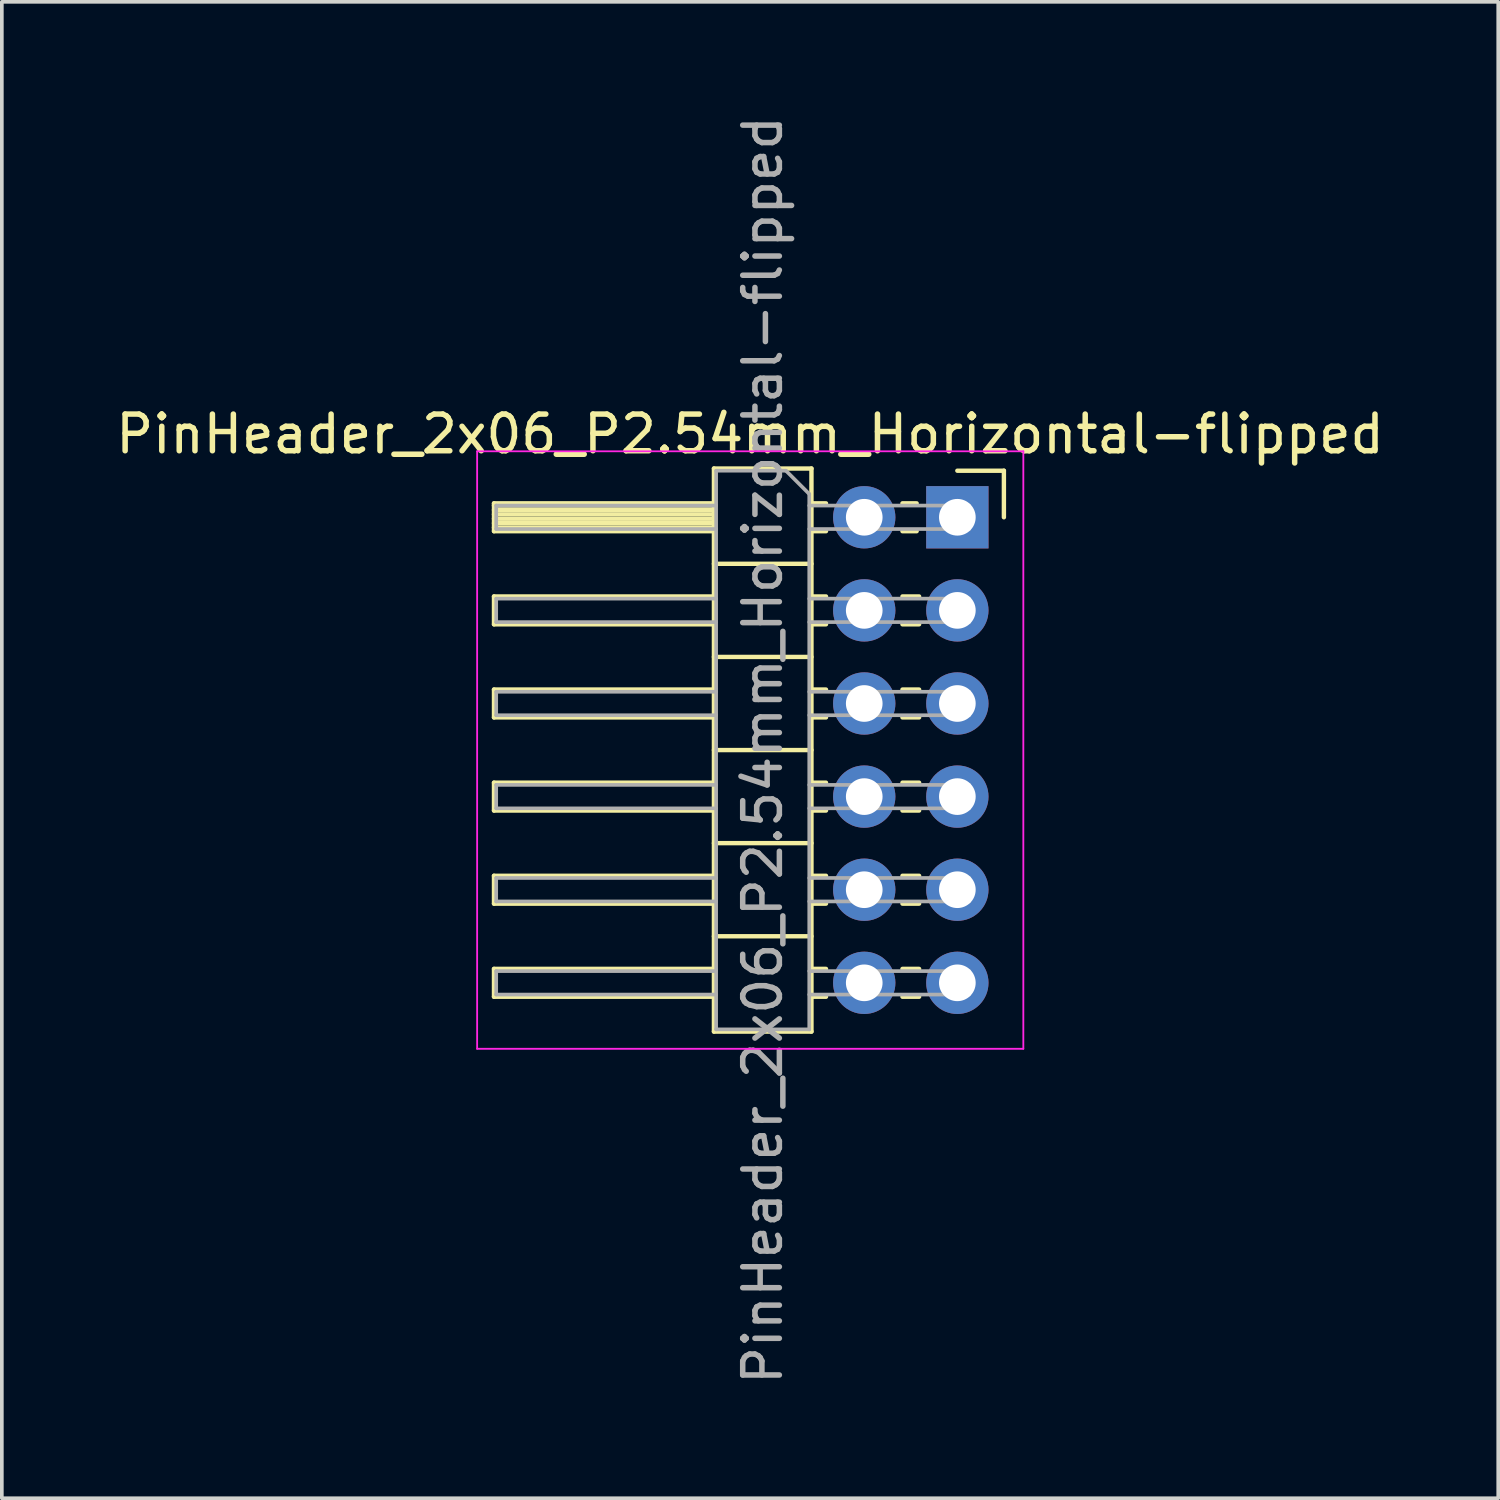
<source format=kicad_pcb>
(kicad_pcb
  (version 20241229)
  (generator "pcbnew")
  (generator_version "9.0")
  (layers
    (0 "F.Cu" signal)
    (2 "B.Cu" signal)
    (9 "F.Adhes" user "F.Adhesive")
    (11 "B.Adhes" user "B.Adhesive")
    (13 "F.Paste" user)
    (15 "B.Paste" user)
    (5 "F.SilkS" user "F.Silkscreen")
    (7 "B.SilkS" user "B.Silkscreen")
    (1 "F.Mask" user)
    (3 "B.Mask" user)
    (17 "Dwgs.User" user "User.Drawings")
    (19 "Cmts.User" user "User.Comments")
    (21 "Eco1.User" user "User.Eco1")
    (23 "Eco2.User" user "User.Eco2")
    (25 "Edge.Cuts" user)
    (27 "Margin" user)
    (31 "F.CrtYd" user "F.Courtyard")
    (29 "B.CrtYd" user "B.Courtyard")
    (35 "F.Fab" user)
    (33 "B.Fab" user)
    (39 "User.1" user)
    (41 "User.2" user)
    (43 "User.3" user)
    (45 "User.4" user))
  (footprint "PinHeader_2x06_P2.54mm_Horizontal-flipped"
    (layer "F.Cu")
    (at 23.066 11.071)
    (property "Reference" "PinHeader_2x06_P2.54mm_Horizontal-flipped" (at -5.655 -2.28 0) (layer "F.SilkS") (effects (font (size 1 1) (thickness 0.15))))
    (attr through_hole)
    (fp_line (start -12.64 -0.39) (end -12.64 0.37) (stroke (width 0.12) (type solid)) (layer "F.SilkS"))
    (fp_line (start -12.64 0.37) (end -6.64 0.37) (stroke (width 0.12) (type solid)) (layer "F.SilkS"))
    (fp_line (start -12.64 2.15) (end -12.64 2.91) (stroke (width 0.12) (type solid)) (layer "F.SilkS"))
    (fp_line (start -12.64 2.91) (end -6.64 2.91) (stroke (width 0.12) (type solid)) (layer "F.SilkS"))
    (fp_line (start -12.64 4.69) (end -12.64 5.45) (stroke (width 0.12) (type solid)) (layer "F.SilkS"))
    (fp_line (start -12.64 5.45) (end -6.64 5.45) (stroke (width 0.12) (type solid)) (layer "F.SilkS"))
    (fp_line (start -12.64 7.23) (end -12.64 7.99) (stroke (width 0.12) (type solid)) (layer "F.SilkS"))
    (fp_line (start -12.64 7.99) (end -6.64 7.99) (stroke (width 0.12) (type solid)) (layer "F.SilkS"))
    (fp_line (start -12.64 9.77) (end -12.64 10.53) (stroke (width 0.12) (type solid)) (layer "F.SilkS"))
    (fp_line (start -12.64 10.53) (end -6.64 10.53) (stroke (width 0.12) (type solid)) (layer "F.SilkS"))
    (fp_line (start -12.64 12.31) (end -12.64 13.07) (stroke (width 0.12) (type solid)) (layer "F.SilkS"))
    (fp_line (start -12.64 13.07) (end -6.64 13.07) (stroke (width 0.12) (type solid)) (layer "F.SilkS"))
    (fp_line (start -6.64 -1.34) (end -3.98 -1.34) (stroke (width 0.12) (type solid)) (layer "F.SilkS"))
    (fp_line (start -6.64 -0.39) (end -12.64 -0.39) (stroke (width 0.12) (type solid)) (layer "F.SilkS"))
    (fp_line (start -6.64 -0.33) (end -12.64 -0.33) (stroke (width 0.12) (type solid)) (layer "F.SilkS"))
    (fp_line (start -6.64 -0.21) (end -12.64 -0.21) (stroke (width 0.12) (type solid)) (layer "F.SilkS"))
    (fp_line (start -6.64 -0.09) (end -12.64 -0.09) (stroke (width 0.12) (type solid)) (layer "F.SilkS"))
    (fp_line (start -6.64 0.03) (end -12.64 0.03) (stroke (width 0.12) (type solid)) (layer "F.SilkS"))
    (fp_line (start -6.64 0.15) (end -12.64 0.15) (stroke (width 0.12) (type solid)) (layer "F.SilkS"))
    (fp_line (start -6.64 0.27) (end -12.64 0.27) (stroke (width 0.12) (type solid)) (layer "F.SilkS"))
    (fp_line (start -6.64 2.15) (end -12.64 2.15) (stroke (width 0.12) (type solid)) (layer "F.SilkS"))
    (fp_line (start -6.64 4.69) (end -12.64 4.69) (stroke (width 0.12) (type solid)) (layer "F.SilkS"))
    (fp_line (start -6.64 7.23) (end -12.64 7.23) (stroke (width 0.12) (type solid)) (layer "F.SilkS"))
    (fp_line (start -6.64 9.77) (end -12.64 9.77) (stroke (width 0.12) (type solid)) (layer "F.SilkS"))
    (fp_line (start -6.64 12.31) (end -12.64 12.31) (stroke (width 0.12) (type solid)) (layer "F.SilkS"))
    (fp_line (start -6.64 14.02) (end -6.64 -1.34) (stroke (width 0.12) (type solid)) (layer "F.SilkS"))
    (fp_line (start -3.98 -1.34) (end -3.98 14.02) (stroke (width 0.12) (type solid)) (layer "F.SilkS"))
    (fp_line (start -3.98 1.26) (end -6.64 1.26) (stroke (width 0.12) (type solid)) (layer "F.SilkS"))
    (fp_line (start -3.98 3.8) (end -6.64 3.8) (stroke (width 0.12) (type solid)) (layer "F.SilkS"))
    (fp_line (start -3.98 6.34) (end -6.64 6.34) (stroke (width 0.12) (type solid)) (layer "F.SilkS"))
    (fp_line (start -3.98 8.88) (end -6.64 8.88) (stroke (width 0.12) (type solid)) (layer "F.SilkS"))
    (fp_line (start -3.98 11.42) (end -6.64 11.42) (stroke (width 0.12) (type solid)) (layer "F.SilkS"))
    (fp_line (start -3.98 14.02) (end -6.64 14.02) (stroke (width 0.12) (type solid)) (layer "F.SilkS"))
    (fp_line (start -3.583 -0.39) (end -3.98 -0.39) (stroke (width 0.12) (type solid)) (layer "F.SilkS"))
    (fp_line (start -3.583 0.37) (end -3.98 0.37) (stroke (width 0.12) (type solid)) (layer "F.SilkS"))
    (fp_line (start -3.583 2.15) (end -3.98 2.15) (stroke (width 0.12) (type solid)) (layer "F.SilkS"))
    (fp_line (start -3.583 2.91) (end -3.98 2.91) (stroke (width 0.12) (type solid)) (layer "F.SilkS"))
    (fp_line (start -3.583 4.69) (end -3.98 4.69) (stroke (width 0.12) (type solid)) (layer "F.SilkS"))
    (fp_line (start -3.583 5.45) (end -3.98 5.45) (stroke (width 0.12) (type solid)) (layer "F.SilkS"))
    (fp_line (start -3.583 7.23) (end -3.98 7.23) (stroke (width 0.12) (type solid)) (layer "F.SilkS"))
    (fp_line (start -3.583 7.99) (end -3.98 7.99) (stroke (width 0.12) (type solid)) (layer "F.SilkS"))
    (fp_line (start -3.583 9.77) (end -3.98 9.77) (stroke (width 0.12) (type solid)) (layer "F.SilkS"))
    (fp_line (start -3.583 10.53) (end -3.98 10.53) (stroke (width 0.12) (type solid)) (layer "F.SilkS"))
    (fp_line (start -3.583 12.31) (end -3.98 12.31) (stroke (width 0.12) (type solid)) (layer "F.SilkS"))
    (fp_line (start -3.583 13.07) (end -3.98 13.07) (stroke (width 0.12) (type solid)) (layer "F.SilkS"))
    (fp_line (start -1.11 -0.39) (end -1.497 -0.39) (stroke (width 0.12) (type solid)) (layer "F.SilkS"))
    (fp_line (start -1.11 0.37) (end -1.497 0.37) (stroke (width 0.12) (type solid)) (layer "F.SilkS"))
    (fp_line (start -1.043 2.15) (end -1.497 2.15) (stroke (width 0.12) (type solid)) (layer "F.SilkS"))
    (fp_line (start -1.043 2.91) (end -1.497 2.91) (stroke (width 0.12) (type solid)) (layer "F.SilkS"))
    (fp_line (start -1.043 4.69) (end -1.497 4.69) (stroke (width 0.12) (type solid)) (layer "F.SilkS"))
    (fp_line (start -1.043 5.45) (end -1.497 5.45) (stroke (width 0.12) (type solid)) (layer "F.SilkS"))
    (fp_line (start -1.043 7.23) (end -1.497 7.23) (stroke (width 0.12) (type solid)) (layer "F.SilkS"))
    (fp_line (start -1.043 7.99) (end -1.497 7.99) (stroke (width 0.12) (type solid)) (layer "F.SilkS"))
    (fp_line (start -1.043 9.77) (end -1.497 9.77) (stroke (width 0.12) (type solid)) (layer "F.SilkS"))
    (fp_line (start -1.043 10.53) (end -1.497 10.53) (stroke (width 0.12) (type solid)) (layer "F.SilkS"))
    (fp_line (start -1.043 12.31) (end -1.497 12.31) (stroke (width 0.12) (type solid)) (layer "F.SilkS"))
    (fp_line (start -1.043 13.07) (end -1.497 13.07) (stroke (width 0.12) (type solid)) (layer "F.SilkS"))
    (fp_line (start 1.27 -1.28) (end 0 -1.28) (stroke (width 0.12) (type solid)) (layer "F.SilkS"))
    (fp_line (start 1.27 -0.01) (end 1.27 -1.28) (stroke (width 0.12) (type solid)) (layer "F.SilkS"))
    (fp_line (start -13.1 -1.81) (end 1.8 -1.81) (stroke (width 0.05) (type solid)) (layer "F.CrtYd"))
    (fp_line (start -13.1 14.49) (end -13.1 -1.81) (stroke (width 0.05) (type solid)) (layer "F.CrtYd"))
    (fp_line (start 1.8 -1.81) (end 1.8 14.49) (stroke (width 0.05) (type solid)) (layer "F.CrtYd"))
    (fp_line (start 1.8 14.49) (end -13.1 14.49) (stroke (width 0.05) (type solid)) (layer "F.CrtYd"))
    (fp_line (start -12.58 -0.33) (end -12.58 0.31) (stroke (width 0.1) (type solid)) (layer "F.Fab"))
    (fp_line (start -12.58 2.21) (end -12.58 2.85) (stroke (width 0.1) (type solid)) (layer "F.Fab"))
    (fp_line (start -12.58 4.75) (end -12.58 5.39) (stroke (width 0.1) (type solid)) (layer "F.Fab"))
    (fp_line (start -12.58 7.29) (end -12.58 7.93) (stroke (width 0.1) (type solid)) (layer "F.Fab"))
    (fp_line (start -12.58 9.83) (end -12.58 10.47) (stroke (width 0.1) (type solid)) (layer "F.Fab"))
    (fp_line (start -12.58 12.37) (end -12.58 13.01) (stroke (width 0.1) (type solid)) (layer "F.Fab"))
    (fp_line (start -6.58 -1.28) (end -6.58 13.96) (stroke (width 0.1) (type solid)) (layer "F.Fab"))
    (fp_line (start -6.58 -0.33) (end -12.58 -0.33) (stroke (width 0.1) (type solid)) (layer "F.Fab"))
    (fp_line (start -6.58 0.31) (end -12.58 0.31) (stroke (width 0.1) (type solid)) (layer "F.Fab"))
    (fp_line (start -6.58 2.21) (end -12.58 2.21) (stroke (width 0.1) (type solid)) (layer "F.Fab"))
    (fp_line (start -6.58 2.85) (end -12.58 2.85) (stroke (width 0.1) (type solid)) (layer "F.Fab"))
    (fp_line (start -6.58 4.75) (end -12.58 4.75) (stroke (width 0.1) (type solid)) (layer "F.Fab"))
    (fp_line (start -6.58 5.39) (end -12.58 5.39) (stroke (width 0.1) (type solid)) (layer "F.Fab"))
    (fp_line (start -6.58 7.29) (end -12.58 7.29) (stroke (width 0.1) (type solid)) (layer "F.Fab"))
    (fp_line (start -6.58 7.93) (end -12.58 7.93) (stroke (width 0.1) (type solid)) (layer "F.Fab"))
    (fp_line (start -6.58 9.83) (end -12.58 9.83) (stroke (width 0.1) (type solid)) (layer "F.Fab"))
    (fp_line (start -6.58 10.47) (end -12.58 10.47) (stroke (width 0.1) (type solid)) (layer "F.Fab"))
    (fp_line (start -6.58 12.37) (end -12.58 12.37) (stroke (width 0.1) (type solid)) (layer "F.Fab"))
    (fp_line (start -6.58 13.01) (end -12.58 13.01) (stroke (width 0.1) (type solid)) (layer "F.Fab"))
    (fp_line (start -6.58 13.96) (end -4.04 13.96) (stroke (width 0.1) (type solid)) (layer "F.Fab"))
    (fp_line (start -4.675 -1.28) (end -6.58 -1.28) (stroke (width 0.1) (type solid)) (layer "F.Fab"))
    (fp_line (start -4.04 -0.645) (end -4.675 -1.28) (stroke (width 0.1) (type solid)) (layer "F.Fab"))
    (fp_line (start -4.04 13.96) (end -4.04 -0.645) (stroke (width 0.1) (type solid)) (layer "F.Fab"))
    (fp_line (start 0.32 -0.33) (end -4.04 -0.33) (stroke (width 0.1) (type solid)) (layer "F.Fab"))
    (fp_line (start 0.32 -0.33) (end 0.32 0.31) (stroke (width 0.1) (type solid)) (layer "F.Fab"))
    (fp_line (start 0.32 0.31) (end -4.04 0.31) (stroke (width 0.1) (type solid)) (layer "F.Fab"))
    (fp_line (start 0.32 2.21) (end -4.04 2.21) (stroke (width 0.1) (type solid)) (layer "F.Fab"))
    (fp_line (start 0.32 2.21) (end 0.32 2.85) (stroke (width 0.1) (type solid)) (layer "F.Fab"))
    (fp_line (start 0.32 2.85) (end -4.04 2.85) (stroke (width 0.1) (type solid)) (layer "F.Fab"))
    (fp_line (start 0.32 4.75) (end -4.04 4.75) (stroke (width 0.1) (type solid)) (layer "F.Fab"))
    (fp_line (start 0.32 4.75) (end 0.32 5.39) (stroke (width 0.1) (type solid)) (layer "F.Fab"))
    (fp_line (start 0.32 5.39) (end -4.04 5.39) (stroke (width 0.1) (type solid)) (layer "F.Fab"))
    (fp_line (start 0.32 7.29) (end -4.04 7.29) (stroke (width 0.1) (type solid)) (layer "F.Fab"))
    (fp_line (start 0.32 7.29) (end 0.32 7.93) (stroke (width 0.1) (type solid)) (layer "F.Fab"))
    (fp_line (start 0.32 7.93) (end -4.04 7.93) (stroke (width 0.1) (type solid)) (layer "F.Fab"))
    (fp_line (start 0.32 9.83) (end -4.04 9.83) (stroke (width 0.1) (type solid)) (layer "F.Fab"))
    (fp_line (start 0.32 9.83) (end 0.32 10.47) (stroke (width 0.1) (type solid)) (layer "F.Fab"))
    (fp_line (start 0.32 10.47) (end -4.04 10.47) (stroke (width 0.1) (type solid)) (layer "F.Fab"))
    (fp_line (start 0.32 12.37) (end -4.04 12.37) (stroke (width 0.1) (type solid)) (layer "F.Fab"))
    (fp_line (start 0.32 12.37) (end 0.32 13.01) (stroke (width 0.1) (type solid)) (layer "F.Fab"))
    (fp_line (start 0.32 13.01) (end -4.04 13.01) (stroke (width 0.1) (type solid)) (layer "F.Fab"))
    (fp_text user "${REFERENCE}" (at -5.31 6.34 90) (layer "F.Fab") (effects (font (size 1 1) (thickness 0.15))))
    (pad "1" thru_hole rect (at 0 -0.01) (size 1.7 1.7) (drill 1) (layers "*.Cu" "*.Mask"))
    (pad "2" thru_hole oval (at 0 2.53) (size 1.7 1.7) (drill 1) (layers "*.Cu" "*.Mask"))
    (pad "3" thru_hole oval (at 0 5.07) (size 1.7 1.7) (drill 1) (layers "*.Cu" "*.Mask"))
    (pad "4" thru_hole oval (at 0 7.61) (size 1.7 1.7) (drill 1) (layers "*.Cu" "*.Mask"))
    (pad "5" thru_hole oval (at 0 10.15) (size 1.7 1.7) (drill 1) (layers "*.Cu" "*.Mask"))
    (pad "6" thru_hole oval (at 0 12.69) (size 1.7 1.7) (drill 1) (layers "*.Cu" "*.Mask"))
    (pad "7" thru_hole oval (at -2.54 -0.01) (size 1.7 1.7) (drill 1) (layers "*.Cu" "*.Mask"))
    (pad "8" thru_hole oval (at -2.54 2.53) (size 1.7 1.7) (drill 1) (layers "*.Cu" "*.Mask"))
    (pad "9" thru_hole oval (at -2.54 5.07) (size 1.7 1.7) (drill 1) (layers "*.Cu" "*.Mask"))
    (pad "10" thru_hole oval (at -2.54 7.61) (size 1.7 1.7) (drill 1) (layers "*.Cu" "*.Mask"))
    (pad "11" thru_hole oval (at -2.54 10.15) (size 1.7 1.7) (drill 1) (layers "*.Cu" "*.Mask"))
    (pad "12" thru_hole oval (at -2.54 12.69) (size 1.7 1.7) (drill 1) (layers "*.Cu" "*.Mask")))
  (gr_rect
    (start -3 -3)
    (end 37.821 37.821)
    (stroke (width 0.1) (type default))
    (fill no)
    (layer "Edge.Cuts")))
</source>
